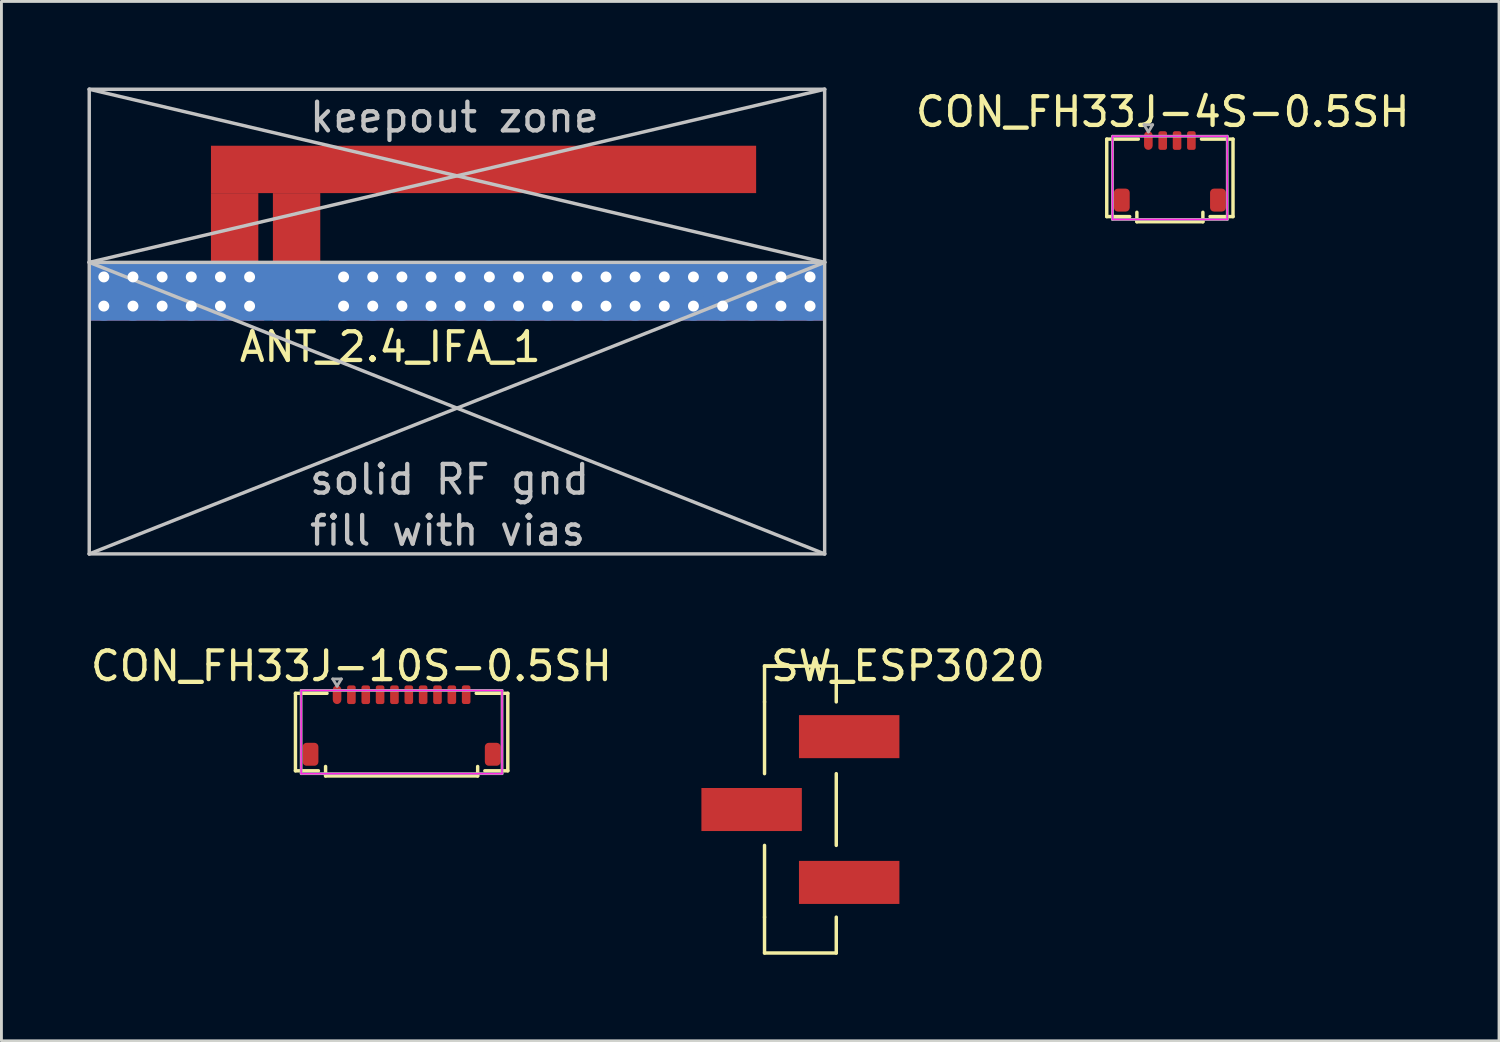
<source format=kicad_pcb>
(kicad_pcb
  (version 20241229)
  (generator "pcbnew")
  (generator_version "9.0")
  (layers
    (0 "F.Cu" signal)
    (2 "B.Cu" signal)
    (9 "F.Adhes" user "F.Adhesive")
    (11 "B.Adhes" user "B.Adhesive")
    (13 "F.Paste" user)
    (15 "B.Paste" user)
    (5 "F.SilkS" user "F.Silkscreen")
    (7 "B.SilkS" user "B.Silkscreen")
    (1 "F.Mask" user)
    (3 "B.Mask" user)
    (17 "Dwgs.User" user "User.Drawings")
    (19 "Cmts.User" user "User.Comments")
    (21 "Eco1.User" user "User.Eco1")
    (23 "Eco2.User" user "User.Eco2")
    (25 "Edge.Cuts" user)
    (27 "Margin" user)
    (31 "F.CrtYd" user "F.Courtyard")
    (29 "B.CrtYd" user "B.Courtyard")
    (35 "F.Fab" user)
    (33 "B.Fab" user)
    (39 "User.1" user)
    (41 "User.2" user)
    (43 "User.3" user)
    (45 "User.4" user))
  (footprint "ANT_2.4_IFA_1"
    (layer "F.Cu")
    (at 7.286 7.109)
    (property "Reference" "ANT_2.4_IFA_1" (at 3.264 1.93 0) (layer "F.SilkS") (effects (font (size 1 1) (thickness 0.15))))
    (attr exclude_from_pos_files exclude_from_bom)
    (fp_line (start -7.226 -7.048) (end 18.402 -7.048) (stroke (width 0.12) (type solid)) (layer "Dwgs.User"))
    (fp_line (start -7.226 -1.016) (end -7.226 -7.048) (stroke (width 0.12) (type solid)) (layer "Dwgs.User"))
    (fp_line (start -7.226 -1.016) (end -7.226 9.144) (stroke (width 0.12) (type solid)) (layer "Dwgs.User"))
    (fp_line (start -7.226 -1.016) (end 18.402 -7.048) (stroke (width 0.12) (type solid)) (layer "Dwgs.User"))
    (fp_line (start -7.226 -1.016) (end 18.402 9.144) (stroke (width 0.12) (type solid)) (layer "Dwgs.User"))
    (fp_line (start -7.226 9.144) (end 18.402 -1.016) (stroke (width 0.12) (type solid)) (layer "Dwgs.User"))
    (fp_line (start -7.226 9.144) (end 18.402 9.144) (stroke (width 0.12) (type solid)) (layer "Dwgs.User"))
    (fp_line (start 18.402 -7.048) (end 18.402 -1.016) (stroke (width 0.12) (type solid)) (layer "Dwgs.User"))
    (fp_line (start 18.402 -1.016) (end -7.226 -7.048) (stroke (width 0.12) (type solid)) (layer "Dwgs.User"))
    (fp_line (start 18.402 -1.016) (end -7.226 -1.016) (stroke (width 0.12) (type solid)) (layer "Dwgs.User"))
    (fp_line (start 18.402 -1.016) (end 18.402 9.144) (stroke (width 0.12) (type solid)) (layer "Dwgs.User"))
    (fp_text user "keepout zone" (at 5.499 -6.071 0) (layer "Dwgs.User") (effects (font (size 1 1) (thickness 0.15))))
    (fp_text user "solid RF gnd" (at 5.332 6.553 0) (layer "Dwgs.User") (effects (font (size 1 1) (thickness 0.15))))
    (fp_text user "fill with vias" (at 5.261 8.331 0) (layer "Dwgs.User") (effects (font (size 1 1) (thickness 0.15))))
    (pad "1" smd rect (at 0 0) (size 1.651 2.032) (layers "F.Cu"))
    (pad "1" smd custom (at 6.515 -4.255) (size 18.999 1.651) (layers "F.Cu") (options (anchor rect)) (primitives (gr_poly (pts (xy -9.5 0.826) (xy -9.5 3.239) (xy -7.849 3.239) (xy -7.849 0.826)) (width 0) (fill yes)) (gr_poly (pts (xy -7.341 0.826) (xy -7.341 3.239) (xy -5.69 3.239) (xy -5.69 0.826)) (width 0) (fill yes))))
    (pad "2" thru_hole circle (at -6.718 -0.508) (size 1.016 1.016) (drill 0.381) (layers "*.Cu"))
    (pad "2" thru_hole circle (at -6.718 0.508) (size 1.016 1.016) (drill 0.381) (layers "*.Cu"))
    (pad "2" thru_hole circle (at -5.702 -0.508) (size 1.016 1.016) (drill 0.381) (layers "*.Cu"))
    (pad "2" thru_hole circle (at -5.702 0.508) (size 1.016 1.016) (drill 0.381) (layers "*.Cu"))
    (pad "2" thru_hole circle (at -4.686 -0.508) (size 1.016 1.016) (drill 0.381) (layers "*.Cu"))
    (pad "2" thru_hole circle (at -4.686 0.508) (size 1.016 1.016) (drill 0.381) (layers "*.Cu"))
    (pad "2" smd rect (at -4.178 0) (size 6.096 2.032) (layers "F.Cu"))
    (pad "2" thru_hole circle (at -3.67 -0.508) (size 1.016 1.016) (drill 0.381) (layers "*.Cu"))
    (pad "2" thru_hole circle (at -3.67 0.508) (size 1.016 1.016) (drill 0.381) (layers "*.Cu"))
    (pad "2" thru_hole circle (at -2.654 -0.508) (size 1.016 1.016) (drill 0.381) (layers "*.Cu"))
    (pad "2" thru_hole circle (at -2.654 0.508) (size 1.016 1.016) (drill 0.381) (layers "*.Cu"))
    (pad "2" thru_hole circle (at -1.638 -0.508) (size 1.016 1.016) (drill 0.381) (layers "*.Cu"))
    (pad "2" thru_hole circle (at -1.638 0.508) (size 1.016 1.016) (drill 0.381) (layers "*.Cu"))
    (pad "2" thru_hole circle (at 1.638 -0.508) (size 1.016 1.016) (drill 0.381) (layers "*.Cu"))
    (pad "2" thru_hole circle (at 1.638 0.508) (size 1.016 1.016) (drill 0.381) (layers "*.Cu"))
    (pad "2" thru_hole circle (at 2.654 -0.508) (size 1.016 1.016) (drill 0.381) (layers "*.Cu"))
    (pad "2" thru_hole circle (at 2.654 0.508) (size 1.016 1.016) (drill 0.381) (layers "*.Cu"))
    (pad "2" thru_hole circle (at 3.67 -0.508) (size 1.016 1.016) (drill 0.381) (layers "*.Cu"))
    (pad "2" thru_hole circle (at 3.67 0.508) (size 1.016 1.016) (drill 0.381) (layers "*.Cu"))
    (pad "2" thru_hole circle (at 4.686 -0.508) (size 1.016 1.016) (drill 0.381) (layers "*.Cu"))
    (pad "2" thru_hole circle (at 4.686 0.508) (size 1.016 1.016) (drill 0.381) (layers "*.Cu"))
    (pad "2" smd rect (at 5.588 0) (size 25.629 2.032) (layers "B.Cu"))
    (pad "2" thru_hole circle (at 5.702 -0.508) (size 1.016 1.016) (drill 0.381) (layers "*.Cu"))
    (pad "2" thru_hole circle (at 5.702 0.508) (size 1.016 1.016) (drill 0.381) (layers "*.Cu"))
    (pad "2" thru_hole circle (at 6.718 -0.508) (size 1.016 1.016) (drill 0.381) (layers "*.Cu"))
    (pad "2" thru_hole circle (at 6.718 0.508) (size 1.016 1.016) (drill 0.381) (layers "*.Cu"))
    (pad "2" thru_hole circle (at 7.734 -0.508) (size 1.016 1.016) (drill 0.381) (layers "*.Cu"))
    (pad "2" thru_hole circle (at 7.734 0.508) (size 1.016 1.016) (drill 0.381) (layers "*.Cu"))
    (pad "2" thru_hole circle (at 8.75 -0.508) (size 1.016 1.016) (drill 0.381) (layers "*.Cu"))
    (pad "2" thru_hole circle (at 8.75 0.508) (size 1.016 1.016) (drill 0.381) (layers "*.Cu"))
    (pad "2" thru_hole circle (at 9.766 -0.508) (size 1.016 1.016) (drill 0.381) (layers "*.Cu"))
    (pad "2" smd rect (at 9.766 0) (size 17.272 2.032) (layers "F.Cu"))
    (pad "2" thru_hole circle (at 9.766 0.508) (size 1.016 1.016) (drill 0.381) (layers "*.Cu"))
    (pad "2" thru_hole circle (at 10.782 -0.508) (size 1.016 1.016) (drill 0.381) (layers "*.Cu"))
    (pad "2" thru_hole circle (at 10.782 0.508) (size 1.016 1.016) (drill 0.381) (layers "*.Cu"))
    (pad "2" thru_hole circle (at 11.798 -0.508) (size 1.016 1.016) (drill 0.381) (layers "*.Cu"))
    (pad "2" thru_hole circle (at 11.798 0.508) (size 1.016 1.016) (drill 0.381) (layers "*.Cu"))
    (pad "2" thru_hole circle (at 12.814 -0.508) (size 1.016 1.016) (drill 0.381) (layers "*.Cu"))
    (pad "2" thru_hole circle (at 12.814 0.508) (size 1.016 1.016) (drill 0.381) (layers "*.Cu"))
    (pad "2" thru_hole circle (at 13.83 -0.508) (size 1.016 1.016) (drill 0.381) (layers "*.Cu"))
    (pad "2" thru_hole circle (at 13.83 0.508) (size 1.016 1.016) (drill 0.381) (layers "*.Cu"))
    (pad "2" thru_hole circle (at 14.846 -0.508) (size 1.016 1.016) (drill 0.381) (layers "*.Cu"))
    (pad "2" thru_hole circle (at 14.846 0.508) (size 1.016 1.016) (drill 0.381) (layers "*.Cu"))
    (pad "2" thru_hole circle (at 15.862 -0.508) (size 1.016 1.016) (drill 0.381) (layers "*.Cu"))
    (pad "2" thru_hole circle (at 15.862 0.508) (size 1.016 1.016) (drill 0.381) (layers "*.Cu"))
    (pad "2" thru_hole circle (at 16.878 -0.508) (size 1.016 1.016) (drill 0.381) (layers "*.Cu"))
    (pad "2" thru_hole circle (at 16.878 0.508) (size 1.016 1.016) (drill 0.381) (layers "*.Cu"))
    (pad "2" thru_hole circle (at 17.894 -0.508) (size 1.016 1.016) (drill 0.381) (layers "*.Cu"))
    (pad "2" thru_hole circle (at 17.894 0.508) (size 1.016 1.016) (drill 0.381) (layers "*.Cu")))
  (footprint "SW_ESP3020"
    (layer "F.Cu")
    (at 24.843 25.161)
    (property "Reference" "SW_ESP3020" (at 3.75 -5 0) (layer "F.SilkS") (effects (font (size 1 1) (thickness 0.15))))
    (attr smd exclude_from_pos_files exclude_from_bom)
    (fp_line (start -1.25 -5) (end -1.25 -3.75) (stroke (width 0.12) (type solid)) (layer "F.SilkS"))
    (fp_line (start -1.25 -5) (end 1.25 -5) (stroke (width 0.12) (type solid)) (layer "F.SilkS"))
    (fp_line (start -1.25 -1.25) (end -1.25 -3.75) (stroke (width 0.12) (type solid)) (layer "F.SilkS"))
    (fp_line (start -1.25 3.75) (end -1.25 1.25) (stroke (width 0.12) (type solid)) (layer "F.SilkS"))
    (fp_line (start -1.25 5) (end -1.25 3.75) (stroke (width 0.12) (type solid)) (layer "F.SilkS"))
    (fp_line (start 0 -5) (end -1.25 -5) (stroke (width 0.12) (type solid)) (layer "F.SilkS"))
    (fp_line (start 1.25 -5) (end 1.25 -3.75) (stroke (width 0.12) (type solid)) (layer "F.SilkS"))
    (fp_line (start 1.25 -1.25) (end 1.25 1.25) (stroke (width 0.12) (type solid)) (layer "F.SilkS"))
    (fp_line (start 1.25 5) (end -1.25 5) (stroke (width 0.12) (type solid)) (layer "F.SilkS"))
    (fp_line (start 1.25 5) (end 1.25 3.75) (stroke (width 0.12) (type solid)) (layer "F.SilkS"))
    (pad "1" smd rect (at 1.7 -2.54) (size 3.5 1.5) (layers "F.Cu" "F.Mask" "F.Paste"))
    (pad "2" smd rect (at -1.7 0) (size 3.5 1.5) (layers "F.Cu" "F.Mask" "F.Paste"))
    (pad "3" smd rect (at 1.7 2.54) (size 3.5 1.5) (layers "F.Cu" "F.Mask" "F.Paste")))
  (footprint "CON_FH33J-10S-0.5SH"
    (layer "F.Cu")
    (at 8.696 21.161)
    (property "Reference" "CON_FH33J-10S-0.5SH" (at 0.5 -1 0) (layer "F.SilkS") (effects (font (size 1 1) (thickness 0.15))))
    (attr smd)
    (fp_line (start -1.45 -0.05) (end -0.35 -0.05) (stroke (width 0.12) (type solid)) (layer "F.SilkS"))
    (fp_line (start -1.45 2.65) (end -1.45 -0.05) (stroke (width 0.12) (type solid)) (layer "F.SilkS"))
    (fp_line (start -0.65 2.65) (end -1.45 2.65) (stroke (width 0.12) (type solid)) (layer "F.SilkS"))
    (fp_line (start -0.4 2.5) (end -0.4 2.83) (stroke (width 0.12) (type solid)) (layer "F.SilkS"))
    (fp_line (start 4.9 2.5) (end 4.9 2.83) (stroke (width 0.12) (type solid)) (layer "F.SilkS"))
    (fp_line (start 4.9 2.83) (end -0.4 2.83) (stroke (width 0.12) (type solid)) (layer "F.SilkS"))
    (fp_line (start 5.15 2.65) (end 5.95 2.65) (stroke (width 0.12) (type solid)) (layer "F.SilkS"))
    (fp_line (start 5.95 -0.05) (end 4.85 -0.05) (stroke (width 0.12) (type solid)) (layer "F.SilkS"))
    (fp_line (start 5.95 2.65) (end 5.95 -0.05) (stroke (width 0.12) (type solid)) (layer "F.SilkS"))
    (fp_line (start -1.25 -0.15) (end 5.75 -0.15) (stroke (width 0.05) (type solid)) (layer "F.CrtYd"))
    (fp_line (start -1.25 2.75) (end -1.25 -0.15) (stroke (width 0.05) (type solid)) (layer "F.CrtYd"))
    (fp_line (start 5.75 -0.15) (end 5.75 2.75) (stroke (width 0.05) (type solid)) (layer "F.CrtYd"))
    (fp_line (start 5.75 2.75) (end -1.25 2.75) (stroke (width 0.05) (type solid)) (layer "F.CrtYd"))
    (fp_line (start -1.25 -0.15) (end -1.25 2.75) (stroke (width 0.1) (type solid)) (layer "F.Fab"))
    (fp_line (start -1.25 2.75) (end 5.75 2.75) (stroke (width 0.1) (type solid)) (layer "F.Fab"))
    (fp_line (start -0.15 -0.55) (end 0.15 -0.55) (stroke (width 0.1) (type solid)) (layer "F.Fab"))
    (fp_line (start 0 -0.3) (end -0.15 -0.55) (stroke (width 0.1) (type solid)) (layer "F.Fab"))
    (fp_line (start 0.15 -0.55) (end 0 -0.3) (stroke (width 0.1) (type solid)) (layer "F.Fab"))
    (fp_line (start 5.75 -0.15) (end -1.25 -0.15) (stroke (width 0.1) (type solid)) (layer "F.Fab"))
    (fp_line (start 5.75 2.75) (end 5.75 -0.15) (stroke (width 0.1) (type solid)) (layer "F.Fab"))
    (pad "1" smd roundrect (at 0 0) (size 0.3 0.65) (layers "F.Cu" "F.Mask" "F.Paste") (roundrect_rratio 0.5))
    (pad "2" smd roundrect (at 0.5 0) (size 0.3 0.65) (layers "F.Cu" "F.Mask" "F.Paste") (roundrect_rratio 0.25))
    (pad "3" smd roundrect (at 1 0) (size 0.3 0.65) (layers "F.Cu" "F.Mask" "F.Paste") (roundrect_rratio 0.25))
    (pad "4" smd roundrect (at 1.5 0) (size 0.3 0.65) (layers "F.Cu" "F.Mask" "F.Paste") (roundrect_rratio 0.25))
    (pad "5" smd roundrect (at 2 0) (size 0.3 0.65) (layers "F.Cu" "F.Mask" "F.Paste") (roundrect_rratio 0.25))
    (pad "6" smd roundrect (at 2.5 0) (size 0.3 0.65) (layers "F.Cu" "F.Mask" "F.Paste") (roundrect_rratio 0.25))
    (pad "7" smd roundrect (at 3 0) (size 0.3 0.65) (layers "F.Cu" "F.Mask" "F.Paste") (roundrect_rratio 0.25))
    (pad "8" smd roundrect (at 3.5 0) (size 0.3 0.65) (layers "F.Cu" "F.Mask" "F.Paste") (roundrect_rratio 0.25))
    (pad "9" smd roundrect (at 4 0) (size 0.3 0.65) (layers "F.Cu" "F.Mask" "F.Paste") (roundrect_rratio 0.25))
    (pad "10" smd roundrect (at 4.499 -0.002) (size 0.3 0.65) (layers "F.Cu" "F.Mask" "F.Paste") (roundrect_rratio 0.25))
    (pad "MP" smd roundrect (at -0.925 2.075) (size 0.55 0.8) (layers "F.Cu" "F.Mask" "F.Paste") (roundrect_rratio 0.25))
    (pad "MP" smd roundrect (at 5.425 2.075) (size 0.55 0.8) (layers "F.Cu" "F.Mask" "F.Paste") (roundrect_rratio 0.25)))
  (footprint "CON_FH33J-4S-0.5SH"
    (layer "F.Cu")
    (at 36.969 1.848)
    (property "Reference" "CON_FH33J-4S-0.5SH" (at 0.5 -1 0) (layer "F.SilkS") (effects (font (size 1 1) (thickness 0.15))))
    (attr smd)
    (fp_line (start -1.45 -0.05) (end -0.35 -0.05) (stroke (width 0.12) (type solid)) (layer "F.SilkS"))
    (fp_line (start -1.45 2.65) (end -1.45 -0.05) (stroke (width 0.12) (type solid)) (layer "F.SilkS"))
    (fp_line (start -0.65 2.65) (end -1.45 2.65) (stroke (width 0.12) (type solid)) (layer "F.SilkS"))
    (fp_line (start -0.4 2.5) (end -0.4 2.83) (stroke (width 0.12) (type solid)) (layer "F.SilkS"))
    (fp_line (start 1.9 2.5) (end 1.9 2.83) (stroke (width 0.12) (type solid)) (layer "F.SilkS"))
    (fp_line (start 1.9 2.83) (end -0.4 2.83) (stroke (width 0.12) (type solid)) (layer "F.SilkS"))
    (fp_line (start 2.15 2.65) (end 2.95 2.65) (stroke (width 0.12) (type solid)) (layer "F.SilkS"))
    (fp_line (start 2.95 -0.05) (end 1.85 -0.05) (stroke (width 0.12) (type solid)) (layer "F.SilkS"))
    (fp_line (start 2.95 2.65) (end 2.95 -0.05) (stroke (width 0.12) (type solid)) (layer "F.SilkS"))
    (fp_line (start -1.25 -0.15) (end 2.75 -0.15) (stroke (width 0.05) (type solid)) (layer "F.CrtYd"))
    (fp_line (start -1.25 2.75) (end -1.25 -0.15) (stroke (width 0.05) (type solid)) (layer "F.CrtYd"))
    (fp_line (start 2.75 -0.15) (end 2.75 2.75) (stroke (width 0.05) (type solid)) (layer "F.CrtYd"))
    (fp_line (start 2.75 2.75) (end -1.25 2.75) (stroke (width 0.05) (type solid)) (layer "F.CrtYd"))
    (fp_line (start -1.25 -0.15) (end -1.25 2.75) (stroke (width 0.1) (type solid)) (layer "F.Fab"))
    (fp_line (start -1.25 2.75) (end 2.75 2.75) (stroke (width 0.1) (type solid)) (layer "F.Fab"))
    (fp_line (start -0.15 -0.55) (end 0.15 -0.55) (stroke (width 0.1) (type solid)) (layer "F.Fab"))
    (fp_line (start 0 -0.3) (end -0.15 -0.55) (stroke (width 0.1) (type solid)) (layer "F.Fab"))
    (fp_line (start 0.15 -0.55) (end 0 -0.3) (stroke (width 0.1) (type solid)) (layer "F.Fab"))
    (fp_line (start 2.75 -0.15) (end -1.25 -0.15) (stroke (width 0.1) (type solid)) (layer "F.Fab"))
    (fp_line (start 2.75 2.75) (end 2.75 -0.15) (stroke (width 0.1) (type solid)) (layer "F.Fab"))
    (pad "1" smd roundrect (at 0 0) (size 0.3 0.65) (layers "F.Cu" "F.Mask" "F.Paste") (roundrect_rratio 0.5))
    (pad "2" smd roundrect (at 0.5 0) (size 0.3 0.65) (layers "F.Cu" "F.Mask" "F.Paste") (roundrect_rratio 0.25))
    (pad "3" smd roundrect (at 1 0) (size 0.3 0.65) (layers "F.Cu" "F.Mask" "F.Paste") (roundrect_rratio 0.25))
    (pad "4" smd roundrect (at 1.5 0) (size 0.3 0.65) (layers "F.Cu" "F.Mask" "F.Paste") (roundrect_rratio 0.25))
    (pad "MP" smd roundrect (at -0.925 2.075) (size 0.55 0.8) (layers "F.Cu" "F.Mask" "F.Paste") (roundrect_rratio 0.25))
    (pad "MP" smd roundrect (at 2.425 2.075) (size 0.55 0.8) (layers "F.Cu" "F.Mask" "F.Paste") (roundrect_rratio 0.25)))
  (gr_rect
    (start -3 -3)
    (end 49.189 33.221)
    (stroke (width 0.1) (type default))
    (fill no)
    (layer "Edge.Cuts")))
</source>
